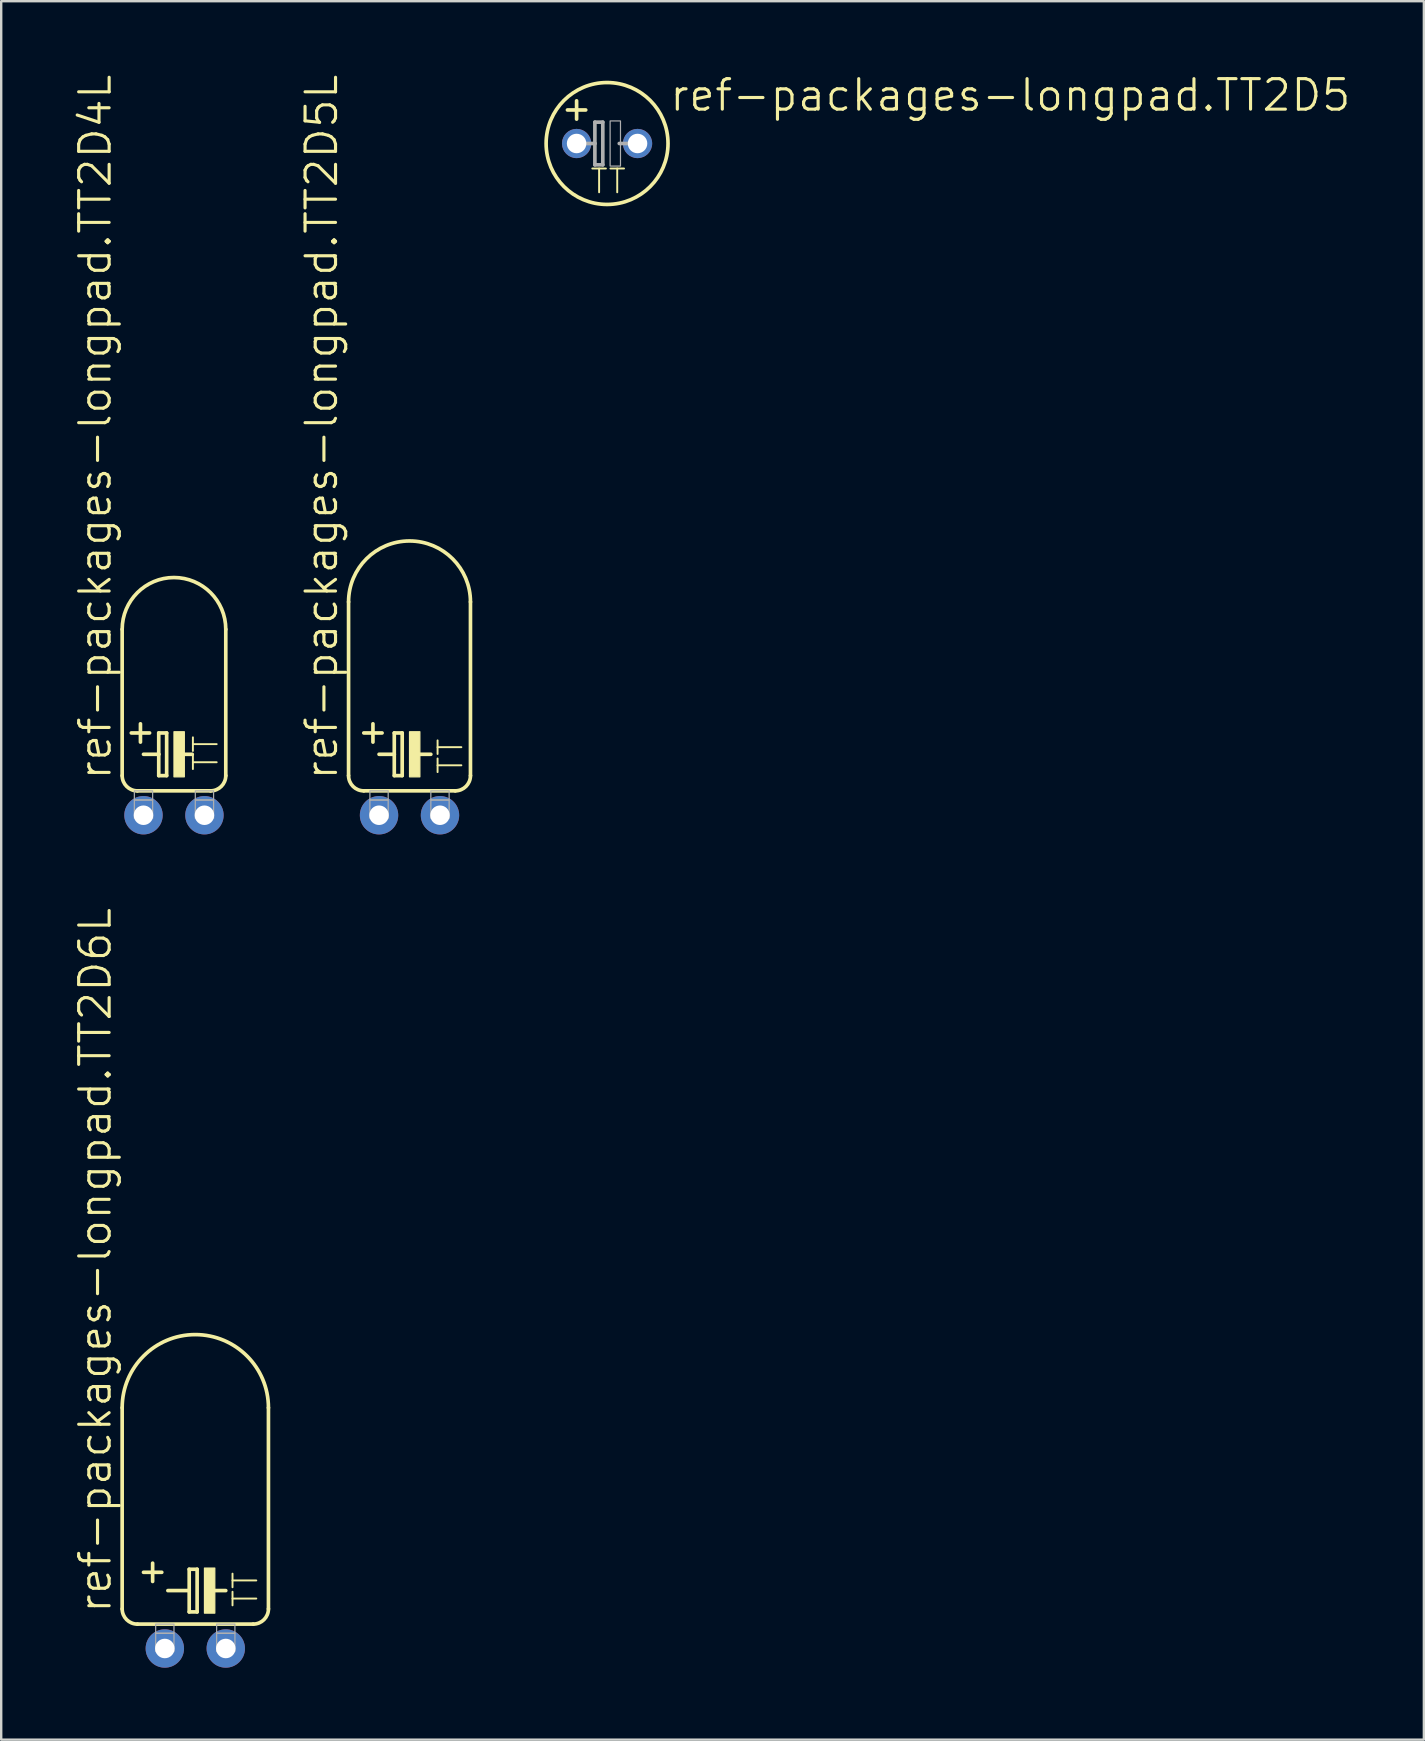
<source format=kicad_pcb>
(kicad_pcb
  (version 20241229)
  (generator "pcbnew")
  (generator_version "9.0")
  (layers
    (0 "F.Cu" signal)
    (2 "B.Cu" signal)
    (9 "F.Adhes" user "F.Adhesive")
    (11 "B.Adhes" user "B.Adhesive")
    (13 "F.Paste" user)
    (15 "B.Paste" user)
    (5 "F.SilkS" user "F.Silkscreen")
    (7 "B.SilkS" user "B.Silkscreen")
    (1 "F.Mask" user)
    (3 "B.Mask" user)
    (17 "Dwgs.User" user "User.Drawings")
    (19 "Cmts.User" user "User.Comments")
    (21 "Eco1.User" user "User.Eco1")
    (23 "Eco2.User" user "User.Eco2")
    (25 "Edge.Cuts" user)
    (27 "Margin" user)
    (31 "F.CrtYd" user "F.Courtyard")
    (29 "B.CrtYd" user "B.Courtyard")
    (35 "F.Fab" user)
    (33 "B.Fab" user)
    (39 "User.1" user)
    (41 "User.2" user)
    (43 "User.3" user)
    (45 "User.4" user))
  (footprint "ref-packages-longpad.TT2D4L"
    (layer "F.Cu")
    (at 4.2 30.924)
    (property "Reference" "ref-packages-longpad.TT2D4L" (at -2.54 -1.397 90) (layer "F.SilkS") (effects (font (size 1.27 1.27) (thickness 0.13)) (justify left bottom)))
    (attr through_hole)
    (fp_line (start -2.159 -7.747) (end -2.159 -1.651) (stroke (width 0.152) (type default)) (layer "F.SilkS"))
    (fp_line (start -1.778 -3.429) (end -1.016 -3.429) (stroke (width 0.152) (type default)) (layer "F.SilkS"))
    (fp_line (start -1.524 -1.016) (end 1.524 -1.016) (stroke (width 0.152) (type default)) (layer "F.SilkS"))
    (fp_line (start -1.397 -3.81) (end -1.397 -3.048) (stroke (width 0.152) (type default)) (layer "F.SilkS"))
    (fp_line (start -1.27 -2.54) (end -0.635 -2.54) (stroke (width 0.152) (type default)) (layer "F.SilkS"))
    (fp_line (start -0.635 -3.429) (end -0.635 -2.54) (stroke (width 0.152) (type default)) (layer "F.SilkS"))
    (fp_line (start -0.635 -2.54) (end -0.635 -1.651) (stroke (width 0.152) (type default)) (layer "F.SilkS"))
    (fp_line (start -0.635 -1.651) (end -0.305 -1.651) (stroke (width 0.152) (type default)) (layer "F.SilkS"))
    (fp_line (start -0.305 -3.429) (end -0.635 -3.429) (stroke (width 0.152) (type default)) (layer "F.SilkS"))
    (fp_line (start -0.305 -1.651) (end -0.305 -3.429) (stroke (width 0.152) (type default)) (layer "F.SilkS"))
    (fp_line (start 0.254 -2.54) (end 0.762 -2.54) (stroke (width 0.152) (type default)) (layer "F.SilkS"))
    (fp_line (start 2.159 -7.747) (end 2.159 -1.651) (stroke (width 0.152) (type default)) (layer "F.SilkS"))
    (fp_rect (start 0 -1.6) (end 0.432 -3.48) (stroke (width 0.05) (type default)) (fill yes) (layer "F.SilkS"))
    (fp_arc (start -2.159 -7.747) (mid 0 -9.906) (end 2.159 -7.747) (stroke (width 0.1524) (type default)) (layer "F.SilkS"))
    (fp_arc (start -1.524 -1.016) (mid -1.973013 -1.201987) (end -2.159 -1.651) (stroke (width 0.1524) (type default)) (layer "F.SilkS"))
    (fp_arc (start 2.159 -1.651) (mid 1.973013 -1.201987) (end 1.524 -1.016) (stroke (width 0.1524) (type default)) (layer "F.SilkS"))
    (fp_rect (start -1.651 -0.635) (end -0.889 -1.016) (stroke (width 0.05) (type default)) (fill no) (layer "F.Fab"))
    (fp_rect (start -1.651 0.127) (end -0.889 -0.635) (stroke (width 0.05) (type default)) (fill no) (layer "F.Fab"))
    (fp_rect (start 0.889 -0.635) (end 1.651 -1.016) (stroke (width 0.05) (type default)) (fill no) (layer "F.Fab"))
    (fp_rect (start 0.889 0.127) (end 1.651 -0.635) (stroke (width 0.05) (type default)) (fill no) (layer "F.Fab"))
    (fp_text user "TT" (at 1.905 -1.778 90) (layer "F.SilkS") (effects (font (size 0.991 0.991) (thickness 0.08)) (justify left bottom)))
    (pad "+" thru_hole circle (at -1.27 0) (size 1.6 1.6) (drill 0.813) (layers "*.Cu" "*.Mask"))
    (pad "-" thru_hole circle (at 1.27 0) (size 1.6 1.6) (drill 0.813) (layers "*.Cu" "*.Mask")))
  (footprint "ref-packages-longpad.TT2D6L"
    (layer "F.Cu")
    (at 5.089 65.649)
    (property "Reference" "ref-packages-longpad.TT2D6L" (at -3.429 -1.397 90) (layer "F.SilkS") (effects (font (size 1.27 1.27) (thickness 0.13)) (justify left bottom)))
    (attr through_hole)
    (fp_line (start -3.048 -10.033) (end -3.048 -1.651) (stroke (width 0.152) (type default)) (layer "F.SilkS"))
    (fp_line (start -2.413 -1.016) (end 2.413 -1.016) (stroke (width 0.152) (type default)) (layer "F.SilkS"))
    (fp_line (start -2.159 -3.175) (end -1.397 -3.175) (stroke (width 0.152) (type default)) (layer "F.SilkS"))
    (fp_line (start -1.778 -2.794) (end -1.778 -3.556) (stroke (width 0.152) (type default)) (layer "F.SilkS"))
    (fp_line (start -1.143 -2.413) (end -0.254 -2.413) (stroke (width 0.152) (type default)) (layer "F.SilkS"))
    (fp_line (start -0.254 -3.302) (end -0.254 -2.413) (stroke (width 0.152) (type default)) (layer "F.SilkS"))
    (fp_line (start -0.254 -2.413) (end -0.254 -1.524) (stroke (width 0.152) (type default)) (layer "F.SilkS"))
    (fp_line (start -0.254 -1.524) (end 0.076 -1.524) (stroke (width 0.152) (type default)) (layer "F.SilkS"))
    (fp_line (start 0.076 -3.302) (end -0.254 -3.302) (stroke (width 0.152) (type default)) (layer "F.SilkS"))
    (fp_line (start 0.076 -1.524) (end 0.076 -3.302) (stroke (width 0.152) (type default)) (layer "F.SilkS"))
    (fp_line (start 0.762 -2.413) (end 1.27 -2.413) (stroke (width 0.152) (type default)) (layer "F.SilkS"))
    (fp_line (start 3.048 -10.033) (end 3.048 -1.651) (stroke (width 0.152) (type default)) (layer "F.SilkS"))
    (fp_rect (start 0.381 -1.473) (end 0.813 -3.353) (stroke (width 0.05) (type default)) (fill yes) (layer "F.SilkS"))
    (fp_arc (start -3.048 -10.033) (mid 0 -13.081) (end 3.048 -10.033) (stroke (width 0.1524) (type default)) (layer "F.SilkS"))
    (fp_arc (start -2.413 -1.016) (mid -2.862013 -1.201987) (end -3.048 -1.651) (stroke (width 0.1524) (type default)) (layer "F.SilkS"))
    (fp_arc (start 3.048 -1.651) (mid 2.862013 -1.201987) (end 2.413 -1.016) (stroke (width 0.1524) (type default)) (layer "F.SilkS"))
    (fp_rect (start -1.651 -0.635) (end -0.889 -1.016) (stroke (width 0.05) (type default)) (fill no) (layer "F.Fab"))
    (fp_rect (start -1.651 0.127) (end -0.889 -0.635) (stroke (width 0.05) (type default)) (fill no) (layer "F.Fab"))
    (fp_rect (start 0.889 -0.635) (end 1.651 -1.016) (stroke (width 0.05) (type default)) (fill no) (layer "F.Fab"))
    (fp_rect (start 0.889 0.127) (end 1.651 -0.635) (stroke (width 0.05) (type default)) (fill no) (layer "F.Fab"))
    (fp_text user "TT" (at 2.667 -1.651 90) (layer "F.SilkS") (effects (font (size 0.991 0.991) (thickness 0.08)) (justify left bottom)))
    (pad "+" thru_hole circle (at -1.27 0) (size 1.6 1.6) (drill 0.813) (layers "*.Cu" "*.Mask"))
    (pad "-" thru_hole circle (at 1.27 0) (size 1.6 1.6) (drill 0.813) (layers "*.Cu" "*.Mask")))
  (footprint "ref-packages-longpad.TT2D5L"
    (layer "F.Cu")
    (at 14.016 30.924)
    (property "Reference" "ref-packages-longpad.TT2D5L" (at -2.921 -1.397 90) (layer "F.SilkS") (effects (font (size 1.27 1.27) (thickness 0.13)) (justify left bottom)))
    (attr through_hole)
    (fp_line (start -2.54 -8.89) (end -2.54 -1.651) (stroke (width 0.152) (type default)) (layer "F.SilkS"))
    (fp_line (start -1.905 -3.429) (end -1.143 -3.429) (stroke (width 0.152) (type default)) (layer "F.SilkS"))
    (fp_line (start -1.905 -1.016) (end 1.905 -1.016) (stroke (width 0.152) (type default)) (layer "F.SilkS"))
    (fp_line (start -1.524 -3.81) (end -1.524 -3.048) (stroke (width 0.152) (type default)) (layer "F.SilkS"))
    (fp_line (start -1.27 -2.54) (end -0.635 -2.54) (stroke (width 0.152) (type default)) (layer "F.SilkS"))
    (fp_line (start -0.635 -3.429) (end -0.635 -2.54) (stroke (width 0.152) (type default)) (layer "F.SilkS"))
    (fp_line (start -0.635 -2.54) (end -0.635 -1.651) (stroke (width 0.152) (type default)) (layer "F.SilkS"))
    (fp_line (start -0.635 -1.651) (end -0.305 -1.651) (stroke (width 0.152) (type default)) (layer "F.SilkS"))
    (fp_line (start -0.305 -3.429) (end -0.635 -3.429) (stroke (width 0.152) (type default)) (layer "F.SilkS"))
    (fp_line (start -0.305 -1.651) (end -0.305 -3.429) (stroke (width 0.152) (type default)) (layer "F.SilkS"))
    (fp_line (start 0.381 -2.54) (end 0.889 -2.54) (stroke (width 0.152) (type default)) (layer "F.SilkS"))
    (fp_line (start 2.54 -8.89) (end 2.54 -1.651) (stroke (width 0.152) (type default)) (layer "F.SilkS"))
    (fp_rect (start 0 -1.6) (end 0.432 -3.48) (stroke (width 0.05) (type default)) (fill yes) (layer "F.SilkS"))
    (fp_arc (start -2.54 -8.89) (mid 0 -11.43) (end 2.54 -8.89) (stroke (width 0.1524) (type default)) (layer "F.SilkS"))
    (fp_arc (start -1.905 -1.016) (mid -2.354013 -1.201987) (end -2.54 -1.651) (stroke (width 0.1524) (type default)) (layer "F.SilkS"))
    (fp_arc (start 2.54 -1.651) (mid 2.354013 -1.201987) (end 1.905 -1.016) (stroke (width 0.1524) (type default)) (layer "F.SilkS"))
    (fp_rect (start -1.651 -0.635) (end -0.889 -1.016) (stroke (width 0.05) (type default)) (fill no) (layer "F.Fab"))
    (fp_rect (start -1.651 0.127) (end -0.889 -0.635) (stroke (width 0.05) (type default)) (fill no) (layer "F.Fab"))
    (fp_rect (start 0.889 -0.635) (end 1.651 -1.016) (stroke (width 0.05) (type default)) (fill no) (layer "F.Fab"))
    (fp_rect (start 0.889 0.127) (end 1.651 -0.635) (stroke (width 0.05) (type default)) (fill no) (layer "F.Fab"))
    (fp_text user "TT" (at 2.286 -1.651 90) (layer "F.SilkS") (effects (font (size 0.991 0.991) (thickness 0.08)) (justify left bottom)))
    (pad "+" thru_hole circle (at -1.27 0) (size 1.6 1.6) (drill 0.813) (layers "*.Cu" "*.Mask"))
    (pad "-" thru_hole circle (at 1.27 0) (size 1.6 1.6) (drill 0.813) (layers "*.Cu" "*.Mask")))
  (footprint "ref-packages-longpad.TT2D5"
    (layer "F.Cu")
    (at 22.249 2.93)
    (property "Reference" "ref-packages-longpad.TT2D5" (at 2.54 -1.27 0) (layer "F.SilkS") (effects (font (size 1.27 1.27) (thickness 0.13)) (justify left bottom)))
    (attr through_hole)
    (fp_line (start -1.27 -1.016) (end -1.27 -1.778) (stroke (width 0.152) (type default)) (layer "F.SilkS"))
    (fp_line (start -0.889 -1.397) (end -1.651 -1.397) (stroke (width 0.152) (type default)) (layer "F.SilkS"))
    (fp_circle (center 0 0) (end 2.54 0) (stroke (width 0.152) (type default)) (fill no) (layer "F.SilkS"))
    (fp_line (start -1.016 0) (end -0.508 0) (stroke (width 0.152) (type default)) (layer "F.Fab"))
    (fp_line (start -0.508 -0.889) (end -0.508 0) (stroke (width 0.152) (type default)) (layer "F.Fab"))
    (fp_line (start -0.508 0) (end -0.508 0.889) (stroke (width 0.152) (type default)) (layer "F.Fab"))
    (fp_line (start -0.508 0.889) (end -0.178 0.889) (stroke (width 0.152) (type default)) (layer "F.Fab"))
    (fp_line (start -0.178 -0.889) (end -0.508 -0.889) (stroke (width 0.152) (type default)) (layer "F.Fab"))
    (fp_line (start -0.178 0.889) (end -0.178 -0.889) (stroke (width 0.152) (type default)) (layer "F.Fab"))
    (fp_line (start 0.508 0) (end 1.016 0) (stroke (width 0.152) (type default)) (layer "F.Fab"))
    (fp_rect (start 0.127 0.94) (end 0.559 -0.94) (stroke (width 0.05) (type default)) (fill no) (layer "F.Fab"))
    (fp_text user "TT" (at -0.762 2.159 0) (layer "F.SilkS") (effects (font (size 0.991 0.991) (thickness 0.08)) (justify left bottom)))
    (pad "+" thru_hole circle (at -1.27 0) (size 1.219 1.219) (drill 0.813) (layers "*.Cu" "*.Mask"))
    (pad "-" thru_hole circle (at 1.27 0) (size 1.219 1.219) (drill 0.813) (layers "*.Cu" "*.Mask")))
  (gr_rect
    (start -3 -3)
    (end 56.288 69.449)
    (stroke (width 0.1) (type default))
    (fill no)
    (layer "Edge.Cuts")))
</source>
